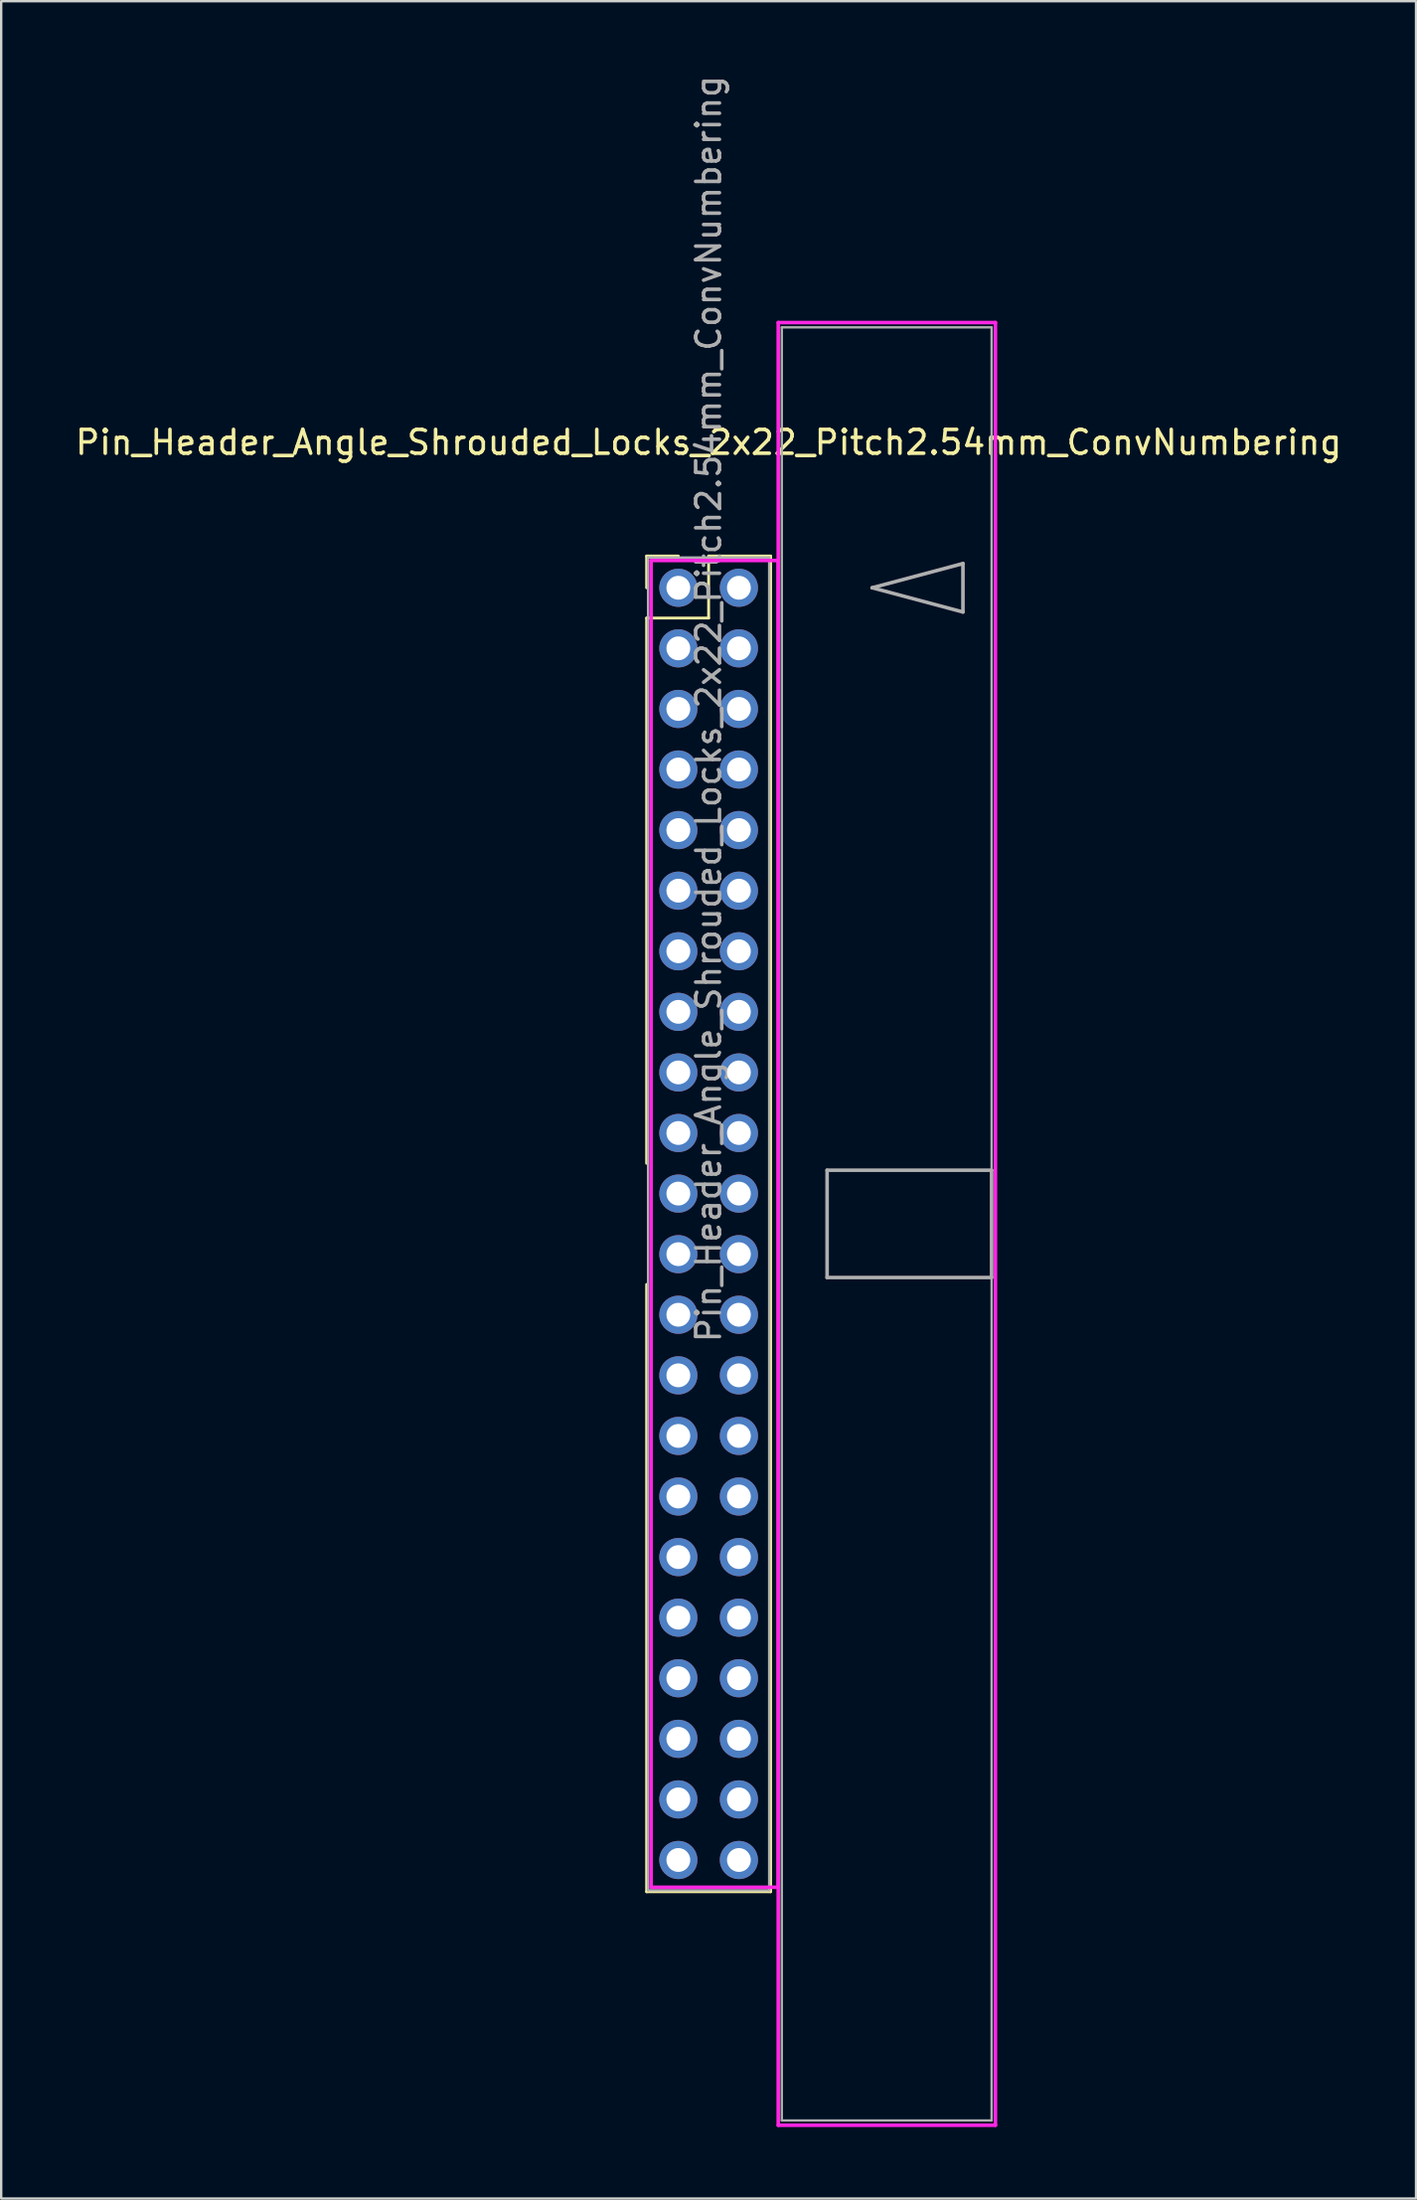
<source format=kicad_pcb>
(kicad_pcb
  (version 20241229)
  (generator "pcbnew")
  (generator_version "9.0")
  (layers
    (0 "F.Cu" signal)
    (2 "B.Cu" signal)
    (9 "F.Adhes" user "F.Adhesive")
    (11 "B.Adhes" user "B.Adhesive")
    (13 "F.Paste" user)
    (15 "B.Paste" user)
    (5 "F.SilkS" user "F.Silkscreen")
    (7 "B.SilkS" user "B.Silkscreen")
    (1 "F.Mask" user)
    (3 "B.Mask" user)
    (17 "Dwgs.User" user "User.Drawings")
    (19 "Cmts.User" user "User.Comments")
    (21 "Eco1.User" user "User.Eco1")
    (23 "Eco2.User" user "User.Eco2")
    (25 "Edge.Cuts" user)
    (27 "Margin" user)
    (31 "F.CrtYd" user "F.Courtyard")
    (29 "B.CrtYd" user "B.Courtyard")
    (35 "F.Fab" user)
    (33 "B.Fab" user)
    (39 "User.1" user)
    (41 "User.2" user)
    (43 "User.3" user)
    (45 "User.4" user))
  (footprint "Pin_Header_Angle_Shrouded_Locks_2x22_Pitch2.54mm_ConvNumbering"
    (layer "F.Cu")
    (at 25.403 21.593)
    (property "Reference" "Pin_Header_Angle_Shrouded_Locks_2x22_Pitch2.54mm_ConvNumbering" (at 1.27 -6.096 0) (layer "F.SilkS") (effects (font (size 1 1) (thickness 0.15))))
    (attr through_hole)
    (fp_line (start -1.33 -1.33) (end 0 -1.33) (stroke (width 0.12) (type solid)) (layer "F.SilkS"))
    (fp_line (start -1.33 0) (end -1.33 -1.33) (stroke (width 0.12) (type solid)) (layer "F.SilkS"))
    (fp_line (start -1.33 1.27) (end -1.33 24.13) (stroke (width 0.12) (type solid)) (layer "F.SilkS"))
    (fp_line (start -1.33 1.27) (end 1.27 1.27) (stroke (width 0.12) (type solid)) (layer "F.SilkS"))
    (fp_line (start -1.33 29.21) (end -1.33 54.67) (stroke (width 0.12) (type solid)) (layer "F.SilkS"))
    (fp_line (start -1.33 54.67) (end 3.87 54.67) (stroke (width 0.12) (type solid)) (layer "F.SilkS"))
    (fp_line (start 1.27 -1.33) (end 3.87 -1.33) (stroke (width 0.12) (type solid)) (layer "F.SilkS"))
    (fp_line (start 1.27 1.27) (end 1.27 -1.33) (stroke (width 0.12) (type solid)) (layer "F.SilkS"))
    (fp_line (start 3.87 -1.33) (end 3.87 54.67) (stroke (width 0.12) (type solid)) (layer "F.SilkS"))
    (fp_line (start -1.143 -1.143) (end -1.143 54.483) (stroke (width 0.15) (type solid)) (layer "F.CrtYd"))
    (fp_line (start -1.143 54.483) (end 4.19 54.483) (stroke (width 0.15) (type solid)) (layer "F.CrtYd"))
    (fp_line (start 4.19 -11.12) (end 4.19 64.46) (stroke (width 0.15) (type solid)) (layer "F.CrtYd"))
    (fp_line (start 4.19 -1.143) (end -1.143 -1.143) (stroke (width 0.15) (type solid)) (layer "F.CrtYd"))
    (fp_line (start 4.19 54.483) (end 4.19 -1.143) (stroke (width 0.15) (type solid)) (layer "F.CrtYd"))
    (fp_line (start 4.19 64.46) (end 13.3 64.46) (stroke (width 0.15) (type solid)) (layer "F.CrtYd"))
    (fp_line (start 13.3 -11.12) (end 4.19 -11.12) (stroke (width 0.15) (type solid)) (layer "F.CrtYd"))
    (fp_line (start 13.3 64.46) (end 13.3 -11.12) (stroke (width 0.15) (type solid)) (layer "F.CrtYd"))
    (fp_line (start -1.27 -1.27) (end -1.27 54.61) (stroke (width 0.1) (type solid)) (layer "F.Fab"))
    (fp_line (start -1.27 54.61) (end 3.81 54.61) (stroke (width 0.1) (type solid)) (layer "F.Fab"))
    (fp_line (start 3.81 -1.27) (end -1.27 -1.27) (stroke (width 0.1) (type solid)) (layer "F.Fab"))
    (fp_line (start 3.81 54.61) (end 3.81 -1.27) (stroke (width 0.1) (type solid)) (layer "F.Fab"))
    (fp_line (start 4.34 -10.92) (end 4.34 64.26) (stroke (width 0.1) (type solid)) (layer "F.Fab"))
    (fp_line (start 4.34 64.26) (end 13.14 64.26) (stroke (width 0.1) (type solid)) (layer "F.Fab"))
    (fp_line (start 6.24 24.42) (end 6.24 28.92) (stroke (width 0.15) (type solid)) (layer "F.Fab"))
    (fp_line (start 6.24 28.92) (end 13.14 28.92) (stroke (width 0.15) (type solid)) (layer "F.Fab"))
    (fp_line (start 8.128 0) (end 11.938 -1.016) (stroke (width 0.15) (type solid)) (layer "F.Fab"))
    (fp_line (start 11.938 -1.016) (end 11.938 1.016) (stroke (width 0.15) (type solid)) (layer "F.Fab"))
    (fp_line (start 11.938 1.016) (end 8.128 0) (stroke (width 0.15) (type solid)) (layer "F.Fab"))
    (fp_line (start 13.14 -10.92) (end 4.34 -10.92) (stroke (width 0.1) (type solid)) (layer "F.Fab"))
    (fp_line (start 13.14 24.42) (end 6.24 24.42) (stroke (width 0.15) (type solid)) (layer "F.Fab"))
    (fp_line (start 13.14 28.92) (end 13.14 24.42) (stroke (width 0.15) (type solid)) (layer "F.Fab"))
    (fp_line (start 13.14 64.26) (end 13.14 -10.92) (stroke (width 0.1) (type solid)) (layer "F.Fab"))
    (fp_text user "${REFERENCE}" (at 1.27 5.08 90) (layer "F.Fab") (effects (font (size 1 1) (thickness 0.15))))
    (pad "1" thru_hole oval (at 0 0) (size 1.6 1.6) (drill 1) (layers "*.Cu" "*.Mask"))
    (pad "2" thru_hole oval (at 2.54 0) (size 1.6 1.6) (drill 1) (layers "*.Cu" "*.Mask"))
    (pad "3" thru_hole oval (at 0 2.54) (size 1.6 1.6) (drill 1) (layers "*.Cu" "*.Mask"))
    (pad "4" thru_hole oval (at 2.54 2.54) (size 1.6 1.6) (drill 1) (layers "*.Cu" "*.Mask"))
    (pad "5" thru_hole oval (at 0 5.08) (size 1.6 1.6) (drill 1) (layers "*.Cu" "*.Mask"))
    (pad "6" thru_hole oval (at 2.54 5.08) (size 1.6 1.6) (drill 1) (layers "*.Cu" "*.Mask"))
    (pad "7" thru_hole oval (at 0 7.62) (size 1.6 1.6) (drill 1) (layers "*.Cu" "*.Mask"))
    (pad "8" thru_hole oval (at 2.54 7.62) (size 1.6 1.6) (drill 1) (layers "*.Cu" "*.Mask"))
    (pad "9" thru_hole oval (at 0 10.16) (size 1.6 1.6) (drill 1) (layers "*.Cu" "*.Mask"))
    (pad "10" thru_hole oval (at 2.54 10.16) (size 1.6 1.6) (drill 1) (layers "*.Cu" "*.Mask"))
    (pad "11" thru_hole oval (at 0 12.7) (size 1.6 1.6) (drill 1) (layers "*.Cu" "*.Mask"))
    (pad "12" thru_hole oval (at 2.54 12.7) (size 1.6 1.6) (drill 1) (layers "*.Cu" "*.Mask"))
    (pad "13" thru_hole oval (at 0 15.24) (size 1.6 1.6) (drill 1) (layers "*.Cu" "*.Mask"))
    (pad "14" thru_hole oval (at 2.54 15.24) (size 1.6 1.6) (drill 1) (layers "*.Cu" "*.Mask"))
    (pad "15" thru_hole oval (at 0 17.78) (size 1.6 1.6) (drill 1) (layers "*.Cu" "*.Mask"))
    (pad "16" thru_hole oval (at 2.54 17.78) (size 1.6 1.6) (drill 1) (layers "*.Cu" "*.Mask"))
    (pad "17" thru_hole oval (at 0 20.32) (size 1.6 1.6) (drill 1) (layers "*.Cu" "*.Mask"))
    (pad "18" thru_hole oval (at 2.54 20.32) (size 1.6 1.6) (drill 1) (layers "*.Cu" "*.Mask"))
    (pad "19" thru_hole oval (at 0 22.86) (size 1.6 1.6) (drill 1) (layers "*.Cu" "*.Mask"))
    (pad "20" thru_hole oval (at 2.54 22.86) (size 1.6 1.6) (drill 1) (layers "*.Cu" "*.Mask"))
    (pad "21" thru_hole oval (at 0 25.4) (size 1.6 1.6) (drill 1) (layers "*.Cu" "*.Mask"))
    (pad "22" thru_hole oval (at 2.54 25.4) (size 1.6 1.6) (drill 1) (layers "*.Cu" "*.Mask"))
    (pad "23" thru_hole oval (at 0 27.94) (size 1.6 1.6) (drill 1) (layers "*.Cu" "*.Mask"))
    (pad "24" thru_hole oval (at 2.54 27.94) (size 1.6 1.6) (drill 1) (layers "*.Cu" "*.Mask"))
    (pad "25" thru_hole oval (at 0 30.48) (size 1.6 1.6) (drill 1) (layers "*.Cu" "*.Mask"))
    (pad "26" thru_hole oval (at 2.54 30.48) (size 1.6 1.6) (drill 1) (layers "*.Cu" "*.Mask"))
    (pad "27" thru_hole oval (at 0 33.02) (size 1.6 1.6) (drill 1) (layers "*.Cu" "*.Mask"))
    (pad "28" thru_hole oval (at 2.54 33.02) (size 1.6 1.6) (drill 1) (layers "*.Cu" "*.Mask"))
    (pad "29" thru_hole oval (at 0 35.56) (size 1.6 1.6) (drill 1) (layers "*.Cu" "*.Mask"))
    (pad "30" thru_hole oval (at 2.54 35.56) (size 1.6 1.6) (drill 1) (layers "*.Cu" "*.Mask"))
    (pad "31" thru_hole oval (at 0 38.1) (size 1.6 1.6) (drill 1) (layers "*.Cu" "*.Mask"))
    (pad "32" thru_hole oval (at 2.54 38.1) (size 1.6 1.6) (drill 1) (layers "*.Cu" "*.Mask"))
    (pad "33" thru_hole oval (at 0 40.64) (size 1.6 1.6) (drill 1) (layers "*.Cu" "*.Mask"))
    (pad "34" thru_hole oval (at 2.54 40.64) (size 1.6 1.6) (drill 1) (layers "*.Cu" "*.Mask"))
    (pad "35" thru_hole oval (at 0 43.18) (size 1.6 1.6) (drill 1) (layers "*.Cu" "*.Mask"))
    (pad "36" thru_hole oval (at 2.54 43.18) (size 1.6 1.6) (drill 1) (layers "*.Cu" "*.Mask"))
    (pad "37" thru_hole oval (at 0 45.72) (size 1.6 1.6) (drill 1) (layers "*.Cu" "*.Mask"))
    (pad "38" thru_hole oval (at 2.54 45.72) (size 1.6 1.6) (drill 1) (layers "*.Cu" "*.Mask"))
    (pad "39" thru_hole oval (at 0 48.26) (size 1.6 1.6) (drill 1) (layers "*.Cu" "*.Mask"))
    (pad "40" thru_hole oval (at 2.54 48.26) (size 1.6 1.6) (drill 1) (layers "*.Cu" "*.Mask"))
    (pad "41" thru_hole oval (at 0 50.8) (size 1.6 1.6) (drill 1) (layers "*.Cu" "*.Mask"))
    (pad "42" thru_hole oval (at 2.54 50.8) (size 1.6 1.6) (drill 1) (layers "*.Cu" "*.Mask"))
    (pad "43" thru_hole oval (at 0 53.34) (size 1.6 1.6) (drill 1) (layers "*.Cu" "*.Mask"))
    (pad "44" thru_hole oval (at 2.54 53.34) (size 1.6 1.6) (drill 1) (layers "*.Cu" "*.Mask")))
  (gr_rect
    (start -3 -3)
    (end 56.345 89.128)
    (stroke (width 0.1) (type default))
    (fill no)
    (layer "Edge.Cuts")))
</source>
